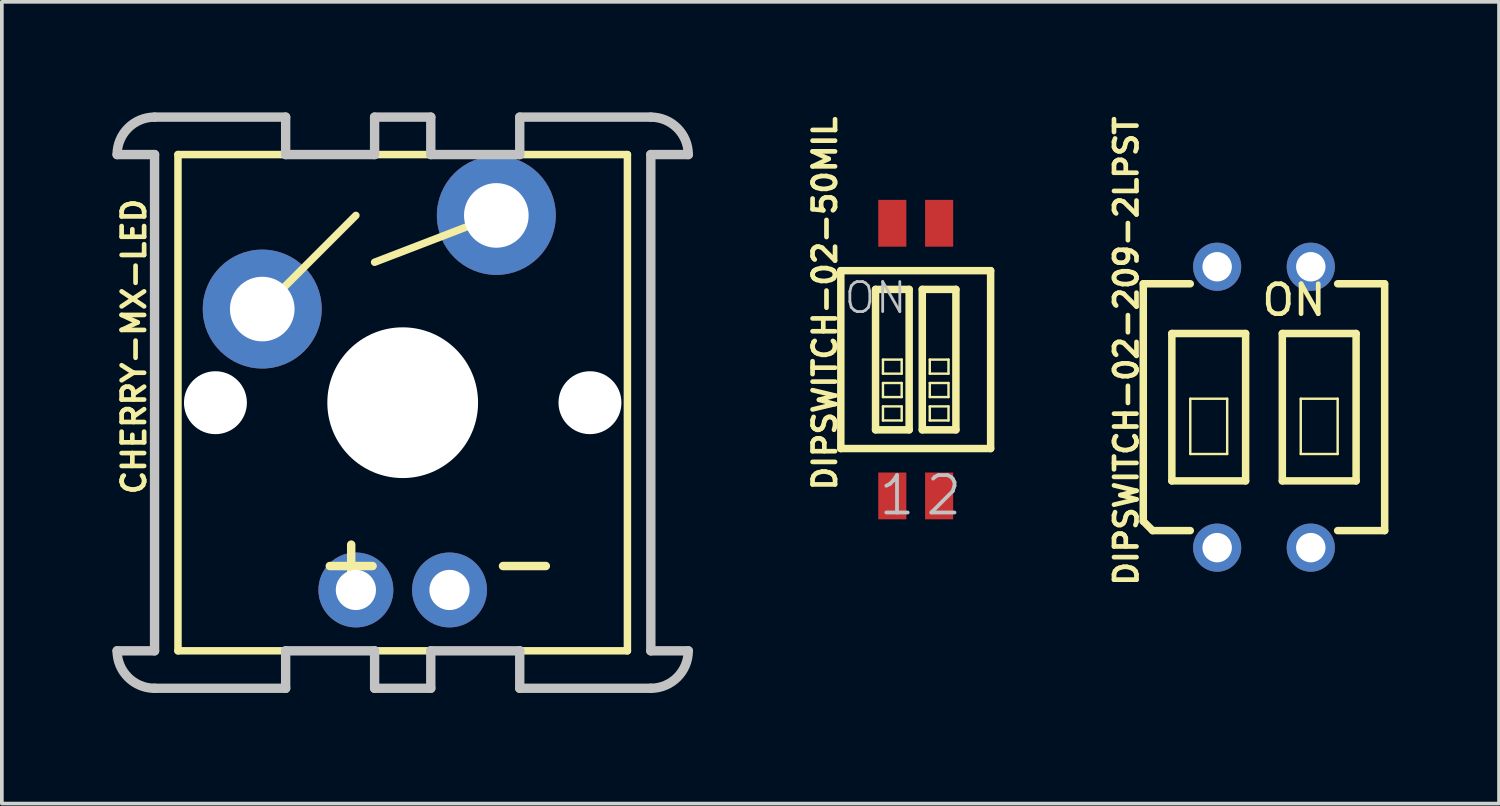
<source format=kicad_pcb>
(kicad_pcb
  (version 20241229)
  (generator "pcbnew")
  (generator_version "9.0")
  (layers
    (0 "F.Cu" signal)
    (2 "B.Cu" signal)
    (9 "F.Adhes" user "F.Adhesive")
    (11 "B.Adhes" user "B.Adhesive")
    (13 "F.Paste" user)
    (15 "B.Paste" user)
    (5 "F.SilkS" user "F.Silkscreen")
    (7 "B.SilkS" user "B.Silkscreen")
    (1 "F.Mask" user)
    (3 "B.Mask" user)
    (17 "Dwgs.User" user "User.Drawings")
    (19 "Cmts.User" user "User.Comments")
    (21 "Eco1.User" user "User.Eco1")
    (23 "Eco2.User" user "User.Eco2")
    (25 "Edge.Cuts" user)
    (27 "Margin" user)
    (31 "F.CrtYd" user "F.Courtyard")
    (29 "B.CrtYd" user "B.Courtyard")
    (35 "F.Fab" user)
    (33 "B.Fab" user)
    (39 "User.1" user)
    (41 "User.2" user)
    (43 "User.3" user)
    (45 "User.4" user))
  (footprint "DIPSWITCH-02-50MIL"
    (layer "F.Cu")
    (at 21.791 6.705)
    (property "Reference" "DIPSWITCH-02-50MIL" (at -2.464 -1.524 90) (layer "F.SilkS") (effects (font (size 0.61 0.61) (thickness 0.127))))
    (attr smd)
    (fp_line (start -2.032 -2.413) (end -2.032 2.413) (stroke (width 0.203) (type solid)) (layer "F.SilkS"))
    (fp_line (start -2.032 2.413) (end 2.032 2.413) (stroke (width 0.203) (type solid)) (layer "F.SilkS"))
    (fp_line (start -1.09 -1.905) (end -1.09 1.905) (stroke (width 0.203) (type solid)) (layer "F.SilkS"))
    (fp_line (start -1.09 -1.905) (end -0.178 -1.905) (stroke (width 0.203) (type solid)) (layer "F.SilkS"))
    (fp_line (start -0.889 0) (end -0.381 0) (stroke (width 0.066) (type solid)) (layer "F.SilkS"))
    (fp_line (start -0.889 0.381) (end -0.889 0) (stroke (width 0.066) (type solid)) (layer "F.SilkS"))
    (fp_line (start -0.889 0.381) (end -0.381 0.381) (stroke (width 0.066) (type solid)) (layer "F.SilkS"))
    (fp_line (start -0.889 0.635) (end -0.381 0.635) (stroke (width 0.066) (type solid)) (layer "F.SilkS"))
    (fp_line (start -0.889 1.016) (end -0.889 0.635) (stroke (width 0.066) (type solid)) (layer "F.SilkS"))
    (fp_line (start -0.889 1.016) (end -0.381 1.016) (stroke (width 0.066) (type solid)) (layer "F.SilkS"))
    (fp_line (start -0.889 1.27) (end -0.381 1.27) (stroke (width 0.066) (type solid)) (layer "F.SilkS"))
    (fp_line (start -0.889 1.651) (end -0.889 1.27) (stroke (width 0.066) (type solid)) (layer "F.SilkS"))
    (fp_line (start -0.889 1.651) (end -0.381 1.651) (stroke (width 0.066) (type solid)) (layer "F.SilkS"))
    (fp_line (start -0.381 0.381) (end -0.381 0) (stroke (width 0.066) (type solid)) (layer "F.SilkS"))
    (fp_line (start -0.381 1.016) (end -0.381 0.635) (stroke (width 0.066) (type solid)) (layer "F.SilkS"))
    (fp_line (start -0.381 1.651) (end -0.381 1.27) (stroke (width 0.066) (type solid)) (layer "F.SilkS"))
    (fp_line (start -0.178 1.905) (end -1.09 1.905) (stroke (width 0.203) (type solid)) (layer "F.SilkS"))
    (fp_line (start -0.178 1.905) (end -0.178 -1.905) (stroke (width 0.203) (type solid)) (layer "F.SilkS"))
    (fp_line (start 0.178 -1.905) (end 0.178 1.905) (stroke (width 0.203) (type solid)) (layer "F.SilkS"))
    (fp_line (start 0.178 -1.905) (end 1.09 -1.905) (stroke (width 0.203) (type solid)) (layer "F.SilkS"))
    (fp_line (start 0.381 0) (end 0.889 0) (stroke (width 0.066) (type solid)) (layer "F.SilkS"))
    (fp_line (start 0.381 0.381) (end 0.381 0) (stroke (width 0.066) (type solid)) (layer "F.SilkS"))
    (fp_line (start 0.381 0.381) (end 0.889 0.381) (stroke (width 0.066) (type solid)) (layer "F.SilkS"))
    (fp_line (start 0.381 0.635) (end 0.889 0.635) (stroke (width 0.066) (type solid)) (layer "F.SilkS"))
    (fp_line (start 0.381 1.016) (end 0.381 0.635) (stroke (width 0.066) (type solid)) (layer "F.SilkS"))
    (fp_line (start 0.381 1.016) (end 0.889 1.016) (stroke (width 0.066) (type solid)) (layer "F.SilkS"))
    (fp_line (start 0.381 1.27) (end 0.889 1.27) (stroke (width 0.066) (type solid)) (layer "F.SilkS"))
    (fp_line (start 0.381 1.651) (end 0.381 1.27) (stroke (width 0.066) (type solid)) (layer "F.SilkS"))
    (fp_line (start 0.381 1.651) (end 0.889 1.651) (stroke (width 0.066) (type solid)) (layer "F.SilkS"))
    (fp_line (start 0.889 0.381) (end 0.889 0) (stroke (width 0.066) (type solid)) (layer "F.SilkS"))
    (fp_line (start 0.889 1.016) (end 0.889 0.635) (stroke (width 0.066) (type solid)) (layer "F.SilkS"))
    (fp_line (start 0.889 1.651) (end 0.889 1.27) (stroke (width 0.066) (type solid)) (layer "F.SilkS"))
    (fp_line (start 1.09 1.905) (end 0.178 1.905) (stroke (width 0.203) (type solid)) (layer "F.SilkS"))
    (fp_line (start 1.09 1.905) (end 1.09 -1.905) (stroke (width 0.203) (type solid)) (layer "F.SilkS"))
    (fp_line (start 2.032 -2.413) (end -2.032 -2.413) (stroke (width 0.203) (type solid)) (layer "F.SilkS"))
    (fp_line (start 2.032 2.413) (end 2.032 -2.413) (stroke (width 0.203) (type solid)) (layer "F.SilkS"))
    (fp_text user "1" (at -0.508 3.683 0) (layer "Dwgs.User") (effects (font (size 1.016 1.016) (thickness 0.102))))
    (fp_text user "2" (at 0.762 3.683 0) (layer "Dwgs.User") (effects (font (size 1.016 1.016) (thickness 0.102))))
    (fp_text user "ON" (at -1.09 -1.676 0) (layer "Dwgs.User") (effects (font (size 0.813 0.813) (thickness 0.076))))
    (pad "1" smd rect (at -0.635 3.698 90) (size 1.27 0.762) (layers "F.Cu" "F.Mask" "F.Paste"))
    (pad "2" smd rect (at 0.635 3.698 90) (size 1.27 0.762) (layers "F.Cu" "F.Mask" "F.Paste"))
    (pad "3" smd rect (at 0.635 -3.698 90) (size 1.27 0.762) (layers "F.Cu" "F.Mask" "F.Paste"))
    (pad "4" smd rect (at -0.635 -3.698 90) (size 1.27 0.762) (layers "F.Cu" "F.Mask" "F.Paste")))
  (footprint "DIPSWITCH-02-209-2LPST"
    (layer "F.Cu")
    (at 31.238 7.996)
    (property "Reference" "DIPSWITCH-02-209-2LPST" (at -3.734 -1.524 90) (layer "F.SilkS") (effects (font (size 0.61 0.61) (thickness 0.127))))
    (attr exclude_from_pos_files exclude_from_bom)
    (fp_line (start -3.274 -3.348) (end -1.999 -3.348) (stroke (width 0.203) (type solid)) (layer "F.SilkS"))
    (fp_line (start -3.274 3.094) (end -3.274 -3.348) (stroke (width 0.203) (type solid)) (layer "F.SilkS"))
    (fp_line (start -3.02 3.348) (end -3.274 3.094) (stroke (width 0.203) (type solid)) (layer "F.SilkS"))
    (fp_line (start -2.499 -1.999) (end -2.499 1.999) (stroke (width 0.203) (type solid)) (layer "F.SilkS"))
    (fp_line (start -2.499 1.999) (end -0.498 1.999) (stroke (width 0.203) (type solid)) (layer "F.SilkS"))
    (fp_line (start -1.999 -0.229) (end -0.998 -0.229) (stroke (width 0.066) (type solid)) (layer "F.SilkS"))
    (fp_line (start -1.999 1.27) (end -1.999 -0.229) (stroke (width 0.066) (type solid)) (layer "F.SilkS"))
    (fp_line (start -1.999 1.27) (end -0.998 1.27) (stroke (width 0.066) (type solid)) (layer "F.SilkS"))
    (fp_line (start -1.999 3.348) (end -3.02 3.348) (stroke (width 0.203) (type solid)) (layer "F.SilkS"))
    (fp_line (start -0.998 1.27) (end -0.998 -0.229) (stroke (width 0.066) (type solid)) (layer "F.SilkS"))
    (fp_line (start -0.498 -1.999) (end -2.499 -1.999) (stroke (width 0.203) (type solid)) (layer "F.SilkS"))
    (fp_line (start -0.498 1.999) (end -0.498 -1.999) (stroke (width 0.203) (type solid)) (layer "F.SilkS"))
    (fp_line (start 0.498 -1.999) (end 0.498 1.999) (stroke (width 0.203) (type solid)) (layer "F.SilkS"))
    (fp_line (start 0.498 1.999) (end 2.499 1.999) (stroke (width 0.203) (type solid)) (layer "F.SilkS"))
    (fp_line (start 0.998 -0.229) (end 1.999 -0.229) (stroke (width 0.066) (type solid)) (layer "F.SilkS"))
    (fp_line (start 0.998 1.27) (end 0.998 -0.229) (stroke (width 0.066) (type solid)) (layer "F.SilkS"))
    (fp_line (start 0.998 1.27) (end 1.999 1.27) (stroke (width 0.066) (type solid)) (layer "F.SilkS"))
    (fp_line (start 1.999 -3.348) (end 3.269 -3.348) (stroke (width 0.203) (type solid)) (layer "F.SilkS"))
    (fp_line (start 1.999 1.27) (end 1.999 -0.229) (stroke (width 0.066) (type solid)) (layer "F.SilkS"))
    (fp_line (start 2.499 -1.999) (end 0.498 -1.999) (stroke (width 0.203) (type solid)) (layer "F.SilkS"))
    (fp_line (start 2.499 1.999) (end 2.499 -1.999) (stroke (width 0.203) (type solid)) (layer "F.SilkS"))
    (fp_line (start 3.274 -3.348) (end 3.274 3.348) (stroke (width 0.203) (type solid)) (layer "F.SilkS"))
    (fp_line (start 3.274 3.348) (end 1.999 3.348) (stroke (width 0.203) (type solid)) (layer "F.SilkS"))
    (fp_text user "ON" (at 0.813 -2.906 0) (layer "F.SilkS") (effects (font (size 0.813 0.813) (thickness 0.127))))
    (pad "1" thru_hole circle (at -1.27 3.81) (size 1.306 1.306) (drill 0.798) (layers "*.Cu" "*.Paste" "*.Mask"))
    (pad "2" thru_hole circle (at 1.27 3.81) (size 1.306 1.306) (drill 0.798) (layers "*.Cu" "*.Paste" "*.Mask"))
    (pad "3" thru_hole circle (at 1.27 -3.81) (size 1.306 1.306) (drill 0.798) (layers "*.Cu" "*.Paste" "*.Mask"))
    (pad "4" thru_hole circle (at -1.27 -3.81) (size 1.306 1.306) (drill 0.798) (layers "*.Cu" "*.Paste" "*.Mask")))
  (footprint "CHERRY-MX-LED"
    (layer "F.Cu")
    (at 7.874 7.874)
    (property "Reference" "CHERRY-MX-LED" (at -7.29 -1.524 90) (layer "F.SilkS") (effects (font (size 0.61 0.61) (thickness 0.127))))
    (attr exclude_from_pos_files exclude_from_bom)
    (fp_line (start -6.096 -6.731) (end 6.096 -6.731) (stroke (width 0.203) (type solid)) (layer "F.SilkS"))
    (fp_line (start -6.096 6.731) (end -6.096 -6.731) (stroke (width 0.203) (type solid)) (layer "F.SilkS"))
    (fp_line (start -3.81 -2.54) (end -1.27 -5.08) (stroke (width 0.203) (type solid)) (layer "F.SilkS"))
    (fp_line (start 2.54 -5.08) (end -0.762 -3.81) (stroke (width 0.203) (type solid)) (layer "F.SilkS"))
    (fp_line (start 6.096 -6.731) (end 6.096 6.731) (stroke (width 0.203) (type solid)) (layer "F.SilkS"))
    (fp_line (start 6.096 6.731) (end -6.096 6.731) (stroke (width 0.203) (type solid)) (layer "F.SilkS"))
    (fp_line (start -6.731 -7.747) (end -3.175 -7.747) (stroke (width 0.254) (type solid)) (layer "Dwgs.User"))
    (fp_line (start -6.731 -6.731) (end -7.747 -6.731) (stroke (width 0.254) (type solid)) (layer "Dwgs.User"))
    (fp_line (start -6.731 6.731) (end -7.747 6.731) (stroke (width 0.254) (type solid)) (layer "Dwgs.User"))
    (fp_line (start -6.731 6.731) (end -6.731 -6.731) (stroke (width 0.254) (type solid)) (layer "Dwgs.User"))
    (fp_line (start -6.731 7.747) (end -3.175 7.747) (stroke (width 0.254) (type solid)) (layer "Dwgs.User"))
    (fp_line (start -3.175 -7.747) (end -3.175 -6.731) (stroke (width 0.254) (type solid)) (layer "Dwgs.User"))
    (fp_line (start -3.175 -6.731) (end -0.762 -6.731) (stroke (width 0.254) (type solid)) (layer "Dwgs.User"))
    (fp_line (start -3.175 7.747) (end -3.175 6.731) (stroke (width 0.254) (type solid)) (layer "Dwgs.User"))
    (fp_line (start -0.762 -7.747) (end 0.762 -7.747) (stroke (width 0.254) (type solid)) (layer "Dwgs.User"))
    (fp_line (start -0.762 -6.731) (end -0.762 -7.747) (stroke (width 0.254) (type solid)) (layer "Dwgs.User"))
    (fp_line (start -0.762 6.731) (end -3.175 6.731) (stroke (width 0.254) (type solid)) (layer "Dwgs.User"))
    (fp_line (start -0.762 7.747) (end -0.762 6.731) (stroke (width 0.254) (type solid)) (layer "Dwgs.User"))
    (fp_line (start 0.762 -7.747) (end 0.762 -6.731) (stroke (width 0.254) (type solid)) (layer "Dwgs.User"))
    (fp_line (start 0.762 -6.731) (end 3.175 -6.731) (stroke (width 0.254) (type solid)) (layer "Dwgs.User"))
    (fp_line (start 0.762 6.731) (end 0.762 7.747) (stroke (width 0.254) (type solid)) (layer "Dwgs.User"))
    (fp_line (start 0.762 7.747) (end -0.762 7.747) (stroke (width 0.254) (type solid)) (layer "Dwgs.User"))
    (fp_line (start 3.175 -7.747) (end 3.175 -6.731) (stroke (width 0.254) (type solid)) (layer "Dwgs.User"))
    (fp_line (start 3.175 6.731) (end 0.762 6.731) (stroke (width 0.254) (type solid)) (layer "Dwgs.User"))
    (fp_line (start 3.175 7.747) (end 3.175 6.731) (stroke (width 0.254) (type solid)) (layer "Dwgs.User"))
    (fp_line (start 6.731 -7.747) (end 3.175 -7.747) (stroke (width 0.254) (type solid)) (layer "Dwgs.User"))
    (fp_line (start 6.731 -6.731) (end 6.731 6.731) (stroke (width 0.254) (type solid)) (layer "Dwgs.User"))
    (fp_line (start 6.731 -6.731) (end 7.747 -6.731) (stroke (width 0.254) (type solid)) (layer "Dwgs.User"))
    (fp_line (start 6.731 6.731) (end 7.747 6.731) (stroke (width 0.254) (type solid)) (layer "Dwgs.User"))
    (fp_line (start 6.731 7.747) (end 3.175 7.747) (stroke (width 0.254) (type solid)) (layer "Dwgs.User"))
    (fp_arc (start -7.747 -6.731) (mid -7.44942 -7.44942) (end -6.731 -7.747) (stroke (width 0.254) (type solid)) (layer "Dwgs.User"))
    (fp_arc (start -6.731 7.747) (mid -7.44942 7.44942) (end -7.747 6.731) (stroke (width 0.254) (type solid)) (layer "Dwgs.User"))
    (fp_arc (start 6.731 -7.747) (mid 7.44942 -7.44942) (end 7.747 -6.731) (stroke (width 0.254) (type solid)) (layer "Dwgs.User"))
    (fp_arc (start 7.747 6.731) (mid 7.44942 7.44942) (end 6.731 7.747) (stroke (width 0.254) (type solid)) (layer "Dwgs.User"))
    (fp_text user "-" (at 3.302 4.318 0) (layer "F.SilkS") (effects (font (size 1.524 1.524) (thickness 0.229))))
    (fp_text user "+" (at -1.397 4.318 0) (layer "F.SilkS") (effects (font (size 1.524 1.524) (thickness 0.229))))
    (pad "" np_thru_hole circle (at -5.08 0) (size 1.707 1.707) (drill 1.707) (layers "*.Cu" "*.Mask"))
    (pad "" np_thru_hole circle (at 0 0) (size 4.089 4.089) (drill 4.089) (layers "*.Cu" "*.Mask"))
    (pad "" np_thru_hole circle (at 5.08 0) (size 1.707 1.707) (drill 1.707) (layers "*.Cu" "*.Mask"))
    (pad "A" thru_hole circle (at -1.27 5.08) (size 2.032 2.032) (drill 1.09) (layers "*.Cu" "*.Paste" "*.Mask"))
    (pad "K" thru_hole circle (at 1.27 5.08) (size 2.032 2.032) (drill 1.09) (layers "*.Cu" "*.Paste" "*.Mask"))
    (pad "S1" thru_hole circle (at -3.81 -2.54) (size 3.226 3.226) (drill 1.753) (layers "*.Cu" "*.Paste" "*.Mask"))
    (pad "S2" thru_hole circle (at 2.54 -5.08) (size 3.226 3.226) (drill 1.753) (layers "*.Cu" "*.Paste" "*.Mask")))
  (gr_rect
    (start -3 -3)
    (end 37.614 18.748)
    (stroke (width 0.1) (type default))
    (fill no)
    (layer "Edge.Cuts")))
</source>
